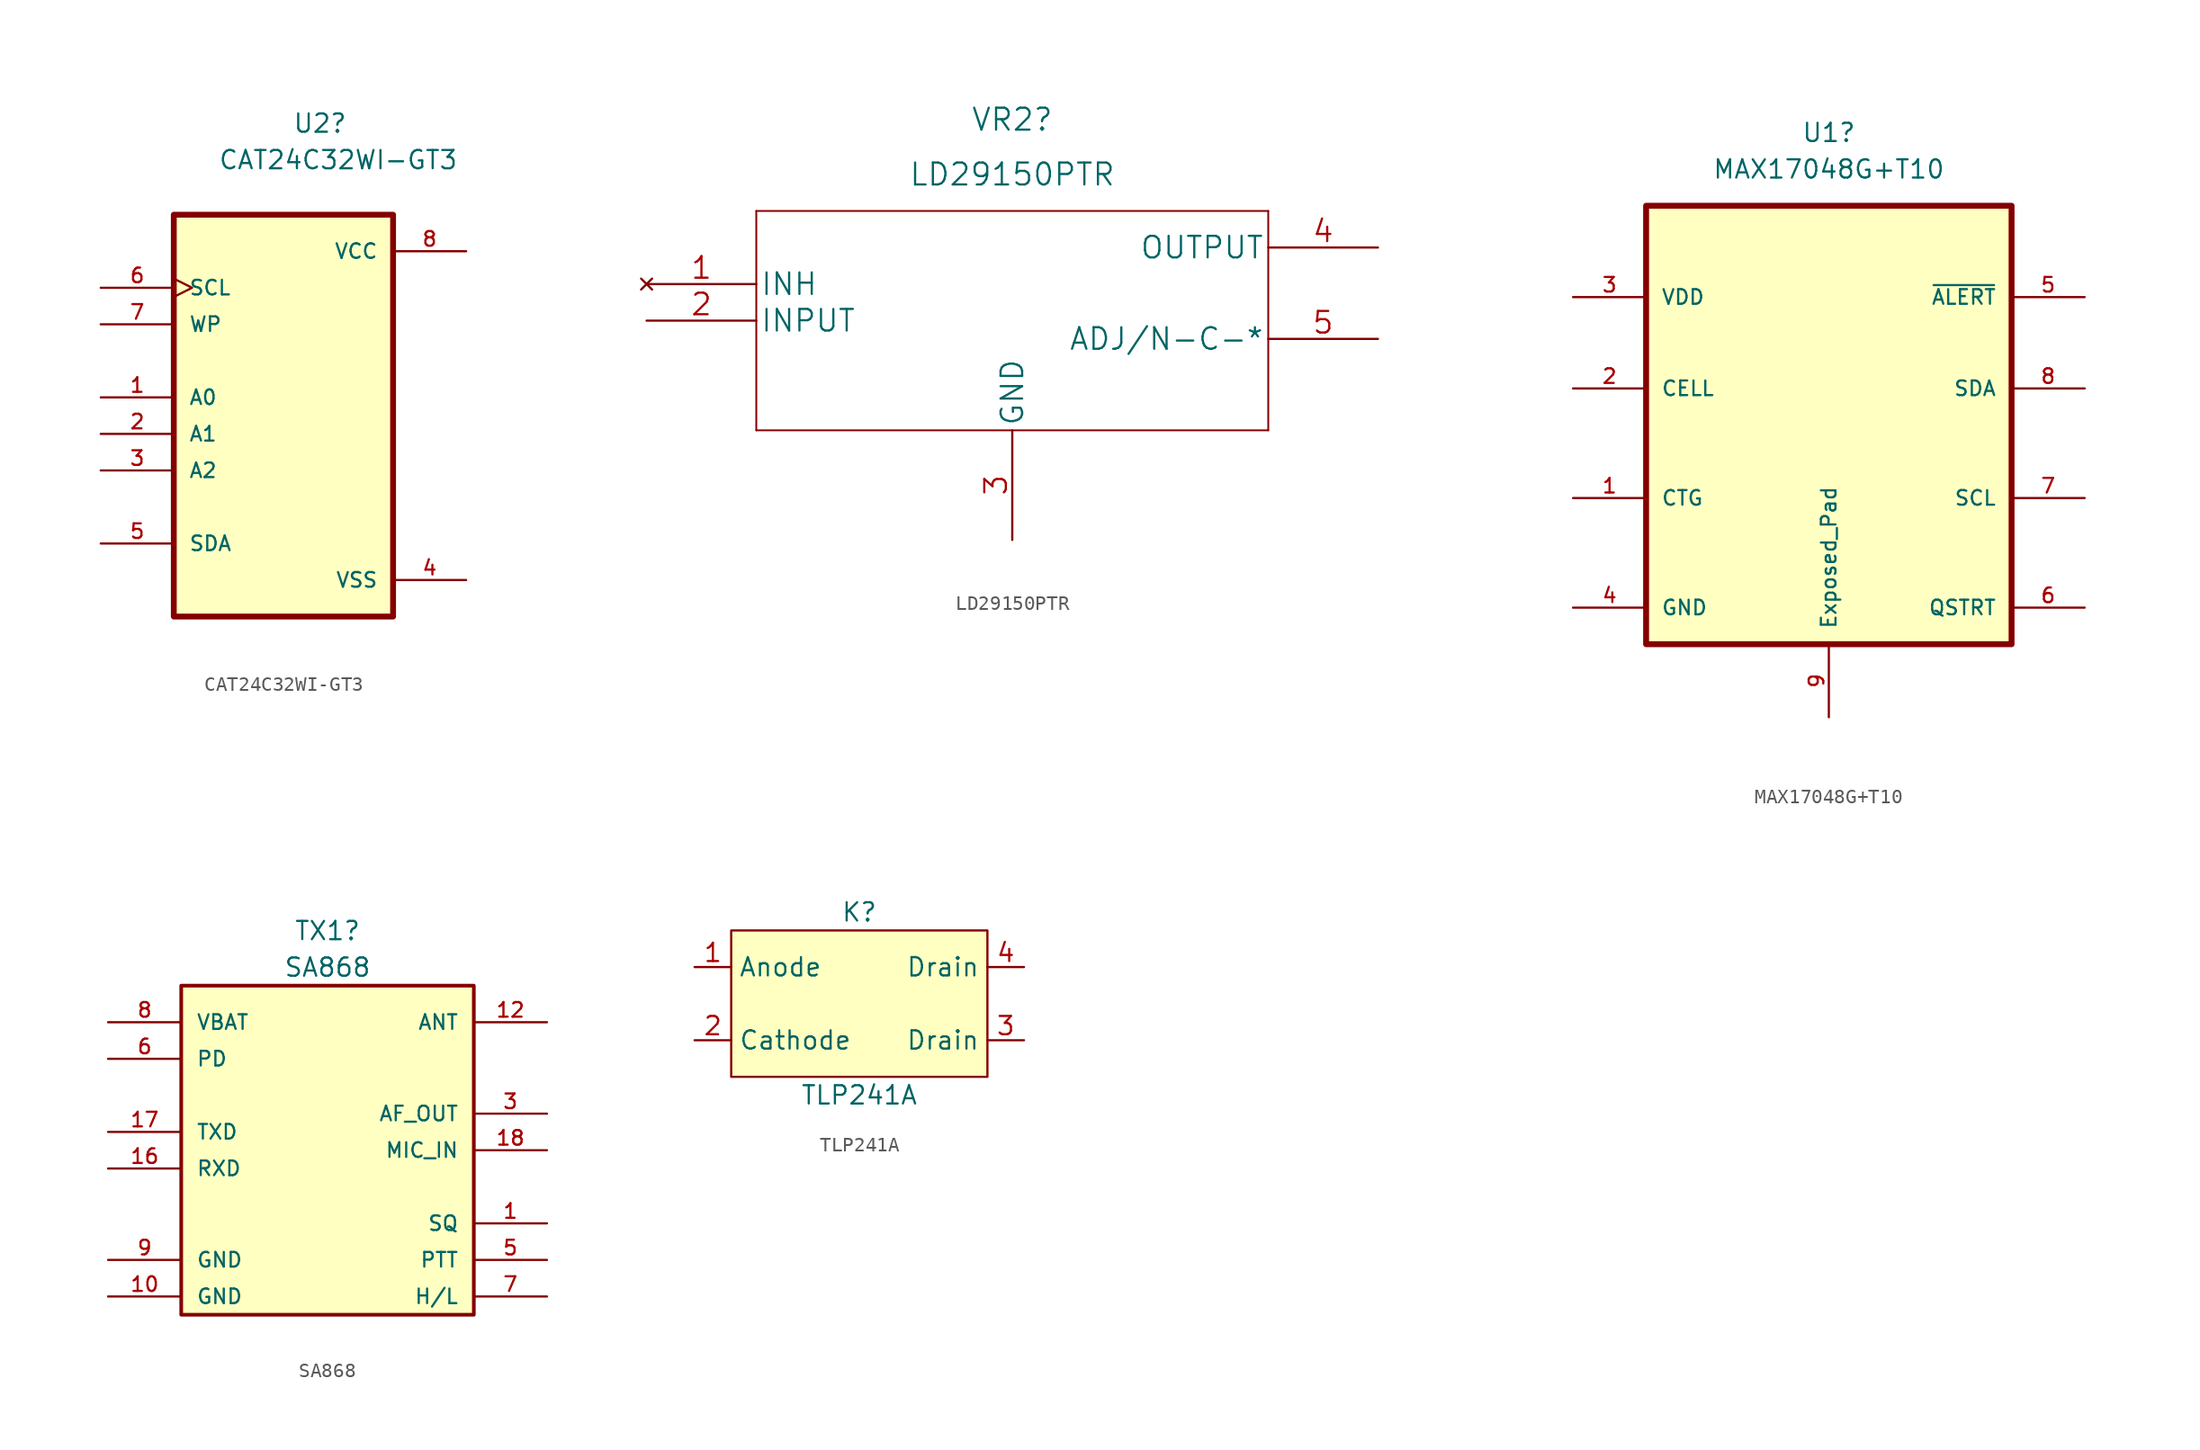
<source format=kicad_sym>
(kicad_symbol_lib
  (version 20211014)
  (generator kicad_symbol_editor)
  (symbol "CAT24C32WI-GT3"
    (pin_names
      (offset 1.016))
    (property "Reference" "U2"
      (at 2.54 19.05 0)
      (effects (font (size 1.27 1.27))))
    (property "Value" "CAT24C32WI-GT3"
      (at 3.81 16.51 0)
      (effects (font (size 1.27 1.27))))
    (symbol "CAT24C32WI-GT3_0_0"
      (rectangle (start -7.62 -15.24) (end 7.62 12.7) (stroke (width 0.406) (type default) (color 0 0 0 0)) (fill (type background)))
      (pin input line (at -12.7 0 0) (length 5.08) (name "A0" (effects (font (size 1.016 1.016)))) (number "1" (effects (font (size 1.016 1.016)))))
      (pin input line (at -12.7 -2.54 0) (length 5.08) (name "A1" (effects (font (size 1.016 1.016)))) (number "2" (effects (font (size 1.016 1.016)))))
      (pin input line (at -12.7 -5.08 0) (length 5.08) (name "A2" (effects (font (size 1.016 1.016)))) (number "3" (effects (font (size 1.016 1.016)))))
      (pin passive line (at 12.7 -12.7 180) (length 5.08) (name "VSS" (effects (font (size 1.016 1.016)))) (number "4" (effects (font (size 1.016 1.016)))))
      (pin bidirectional line (at -12.7 -10.16 0) (length 5.08) (name "SDA" (effects (font (size 1.016 1.016)))) (number "5" (effects (font (size 1.016 1.016)))))
      (pin input clock (at -12.7 7.62 0) (length 5.08) (name "SCL" (effects (font (size 1.016 1.016)))) (number "6" (effects (font (size 1.016 1.016)))))
      (pin input line (at -12.7 5.08 0) (length 5.08) (name "WP" (effects (font (size 1.016 1.016)))) (number "7" (effects (font (size 1.016 1.016)))))
      (pin power_in line (at 12.7 10.16 180) (length 5.08) (name "VCC" (effects (font (size 1.016 1.016)))) (number "8" (effects (font (size 1.016 1.016)))))))
  (symbol "LD29150PTR"
    (pin_names
      (offset 0.254))
    (property "Reference" "VR2"
      (at 25.4 11.43 0)
      (effects (font (size 1.524 1.524))))
    (property "Value" "LD29150PTR"
      (at 25.4 7.62 0)
      (effects (font (size 1.524 1.524))))
    (property "Datasheet" ""
      (at 0 0 0)
      (effects (font (size 1.524 1.524))))
    (property "ki_locked" ""
      (at 0 0 0)
      (effects (font (size 1.27 1.27))))
    (symbol "LD29150PTR_1_1"
      (polyline (pts (xy 7.62 -10.16) (xy 43.18 -10.16)) (stroke (width 0.127) (type default) (color 0 0 0 0)) (fill (type none)))
      (polyline (pts (xy 7.62 5.08) (xy 7.62 -10.16)) (stroke (width 0.127) (type default) (color 0 0 0 0)) (fill (type none)))
      (polyline (pts (xy 43.18 -10.16) (xy 43.18 5.08)) (stroke (width 0.127) (type default) (color 0 0 0 0)) (fill (type none)))
      (polyline (pts (xy 43.18 5.08) (xy 7.62 5.08)) (stroke (width 0.127) (type default) (color 0 0 0 0)) (fill (type none)))
      (pin no_connect line (at 0 0 0) (length 7.62) (name "INH" (effects (font (size 1.499 1.499)))) (number "1" (effects (font (size 1.499 1.499)))))
      (pin power_in line (at 0 -2.54 0) (length 7.62) (name "INPUT" (effects (font (size 1.499 1.499)))) (number "2" (effects (font (size 1.499 1.499)))))
      (pin power_in line (at 25.4 -17.78 90) (length 7.62) (name "GND" (effects (font (size 1.499 1.499)))) (number "3" (effects (font (size 1.499 1.499)))))
      (pin power_out line (at 50.8 2.54 180) (length 7.62) (name "OUTPUT" (effects (font (size 1.499 1.499)))) (number "4" (effects (font (size 1.499 1.499)))))
      (pin input line (at 50.8 -3.81 180) (length 7.62) (name "ADJ/N-C-*" (effects (font (size 1.499 1.499)))) (number "5" (effects (font (size 1.499 1.499)))))))
  (symbol "MAX17048G+T10"
    (pin_names
      (offset 1.016))
    (property "Reference" "U1"
      (at 0 20.32 0)
      (effects (font (size 1.27 1.27))))
    (property "Value" "MAX17048G+T10"
      (at 0 17.78 0)
      (effects (font (size 1.27 1.27))))
    (symbol "MAX17048G+T10_0_0"
      (rectangle (start -12.7 -15.24) (end 12.7 15.24) (stroke (width 0.41) (type default) (color 0 0 0 0)) (fill (type background)))
      (pin power_in line (at -17.78 -5.08 0) (length 5.08) (name "CTG" (effects (font (size 1.016 1.016)))) (number "1" (effects (font (size 1.016 1.016)))))
      (pin power_in line (at -17.78 2.54 0) (length 5.08) (name "CELL" (effects (font (size 1.016 1.016)))) (number "2" (effects (font (size 1.016 1.016)))))
      (pin power_in line (at -17.78 8.89 0) (length 5.08) (name "VDD" (effects (font (size 1.016 1.016)))) (number "3" (effects (font (size 1.016 1.016)))))
      (pin power_in line (at -17.78 -12.7 0) (length 5.08) (name "GND" (effects (font (size 1.016 1.016)))) (number "4" (effects (font (size 1.016 1.016)))))
      (pin output line (at 17.78 8.89 180) (length 5.08) (name "~{ALERT}" (effects (font (size 1.016 1.016)))) (number "5" (effects (font (size 1.016 1.016)))))
      (pin input line (at 17.78 -12.7 180) (length 5.08) (name "QSTRT" (effects (font (size 1.016 1.016)))) (number "6" (effects (font (size 1.016 1.016)))))
      (pin input line (at 17.78 -5.08 180) (length 5.08) (name "SCL" (effects (font (size 1.016 1.016)))) (number "7" (effects (font (size 1.016 1.016)))))
      (pin bidirectional line (at 17.78 2.54 180) (length 5.08) (name "SDA" (effects (font (size 1.016 1.016)))) (number "8" (effects (font (size 1.016 1.016)))))
      (pin power_in line (at 0 -20.32 90) (length 5.08) (name "Exposed_Pad" (effects (font (size 1.016 1.016)))) (number "9" (effects (font (size 1.016 1.016)))))))
  (symbol "SA868"
    (pin_names
      (offset 1.016))
    (property "Reference" "TX1"
      (at 0 16.51 0)
      (effects (font (size 1.27 1.27))))
    (property "Value" "SA868"
      (at 0 13.97 0)
      (effects (font (size 1.27 1.27))))
    (symbol "SA868_0_0"
      (rectangle (start -10.16 -10.16) (end 10.16 12.7) (stroke (width 0.254) (type default) (color 0 0 0 0)) (fill (type background)))
      (pin output line (at 15.24 -3.81 180) (length 5.08) (name "SQ" (effects (font (size 1.016 1.016)))) (number "1" (effects (font (size 1.016 1.016)))))
      (pin power_in line (at -15.24 -8.89 0) (length 5.08) (name "GND" (effects (font (size 1.016 1.016)))) (number "10" (effects (font (size 1.016 1.016)))))
      (pin passive line (at 15.24 10.16 180) (length 5.08) (name "ANT" (effects (font (size 1.016 1.016)))) (number "12" (effects (font (size 1.016 1.016)))))
      (pin input line (at -15.24 0 0) (length 5.08) (name "RXD" (effects (font (size 1.016 1.016)))) (number "16" (effects (font (size 1.016 1.016)))))
      (pin output line (at -15.24 2.54 0) (length 5.08) (name "TXD" (effects (font (size 1.016 1.016)))) (number "17" (effects (font (size 1.016 1.016)))))
      (pin input line (at 15.24 1.27 180) (length 5.08) (name "MIC_IN" (effects (font (size 1.016 1.016)))) (number "18" (effects (font (size 1.016 1.016)))))
      (pin output line (at 15.24 3.81 180) (length 5.08) (name "AF_OUT" (effects (font (size 1.016 1.016)))) (number "3" (effects (font (size 1.016 1.016)))))
      (pin input line (at 15.24 -6.35 180) (length 5.08) (name "PTT" (effects (font (size 1.016 1.016)))) (number "5" (effects (font (size 1.016 1.016)))))
      (pin input line (at -15.24 7.62 0) (length 5.08) (name "PD" (effects (font (size 1.016 1.016)))) (number "6" (effects (font (size 1.016 1.016)))))
      (pin input line (at 15.24 -8.89 180) (length 5.08) (name "H/L" (effects (font (size 1.016 1.016)))) (number "7" (effects (font (size 1.016 1.016)))))
      (pin power_in line (at -15.24 10.16 0) (length 5.08) (name "VBAT" (effects (font (size 1.016 1.016)))) (number "8" (effects (font (size 1.016 1.016)))))
      (pin power_in line (at -15.24 -6.35 0) (length 5.08) (name "GND" (effects (font (size 1.016 1.016)))) (number "9" (effects (font (size 1.016 1.016)))))))
  (symbol "TLP241A"
    (property "Reference" "K"
      (at 0 6.35 0)
      (effects (font (size 1.27 1.27))))
    (property "Value" "TLP241A"
      (at 0 -6.35 0)
      (effects (font (size 1.27 1.27))))
    (symbol "TLP241A_0_1"
      (rectangle (start -8.89 5.08) (end 8.89 -5.08) (stroke (width 0) (type default) (color 0 0 0 0)) (fill (type background))))
    (symbol "TLP241A_1_1"
      (pin input line (at -11.43 2.54 0) (length 2.54) (name "Anode" (effects (font (size 1.27 1.27)))) (number "1" (effects (font (size 1.27 1.27)))))
      (pin input line (at -11.43 -2.54 0) (length 2.54) (name "Cathode" (effects (font (size 1.27 1.27)))) (number "2" (effects (font (size 1.27 1.27)))))
      (pin bidirectional line (at 11.43 -2.54 180) (length 2.54) (name "Drain" (effects (font (size 1.27 1.27)))) (number "3" (effects (font (size 1.27 1.27)))))
      (pin power_out line (at 11.43 2.54 180) (length 2.54) (name "Drain" (effects (font (size 1.27 1.27)))) (number "4" (effects (font (size 1.27 1.27))))))))
</source>
